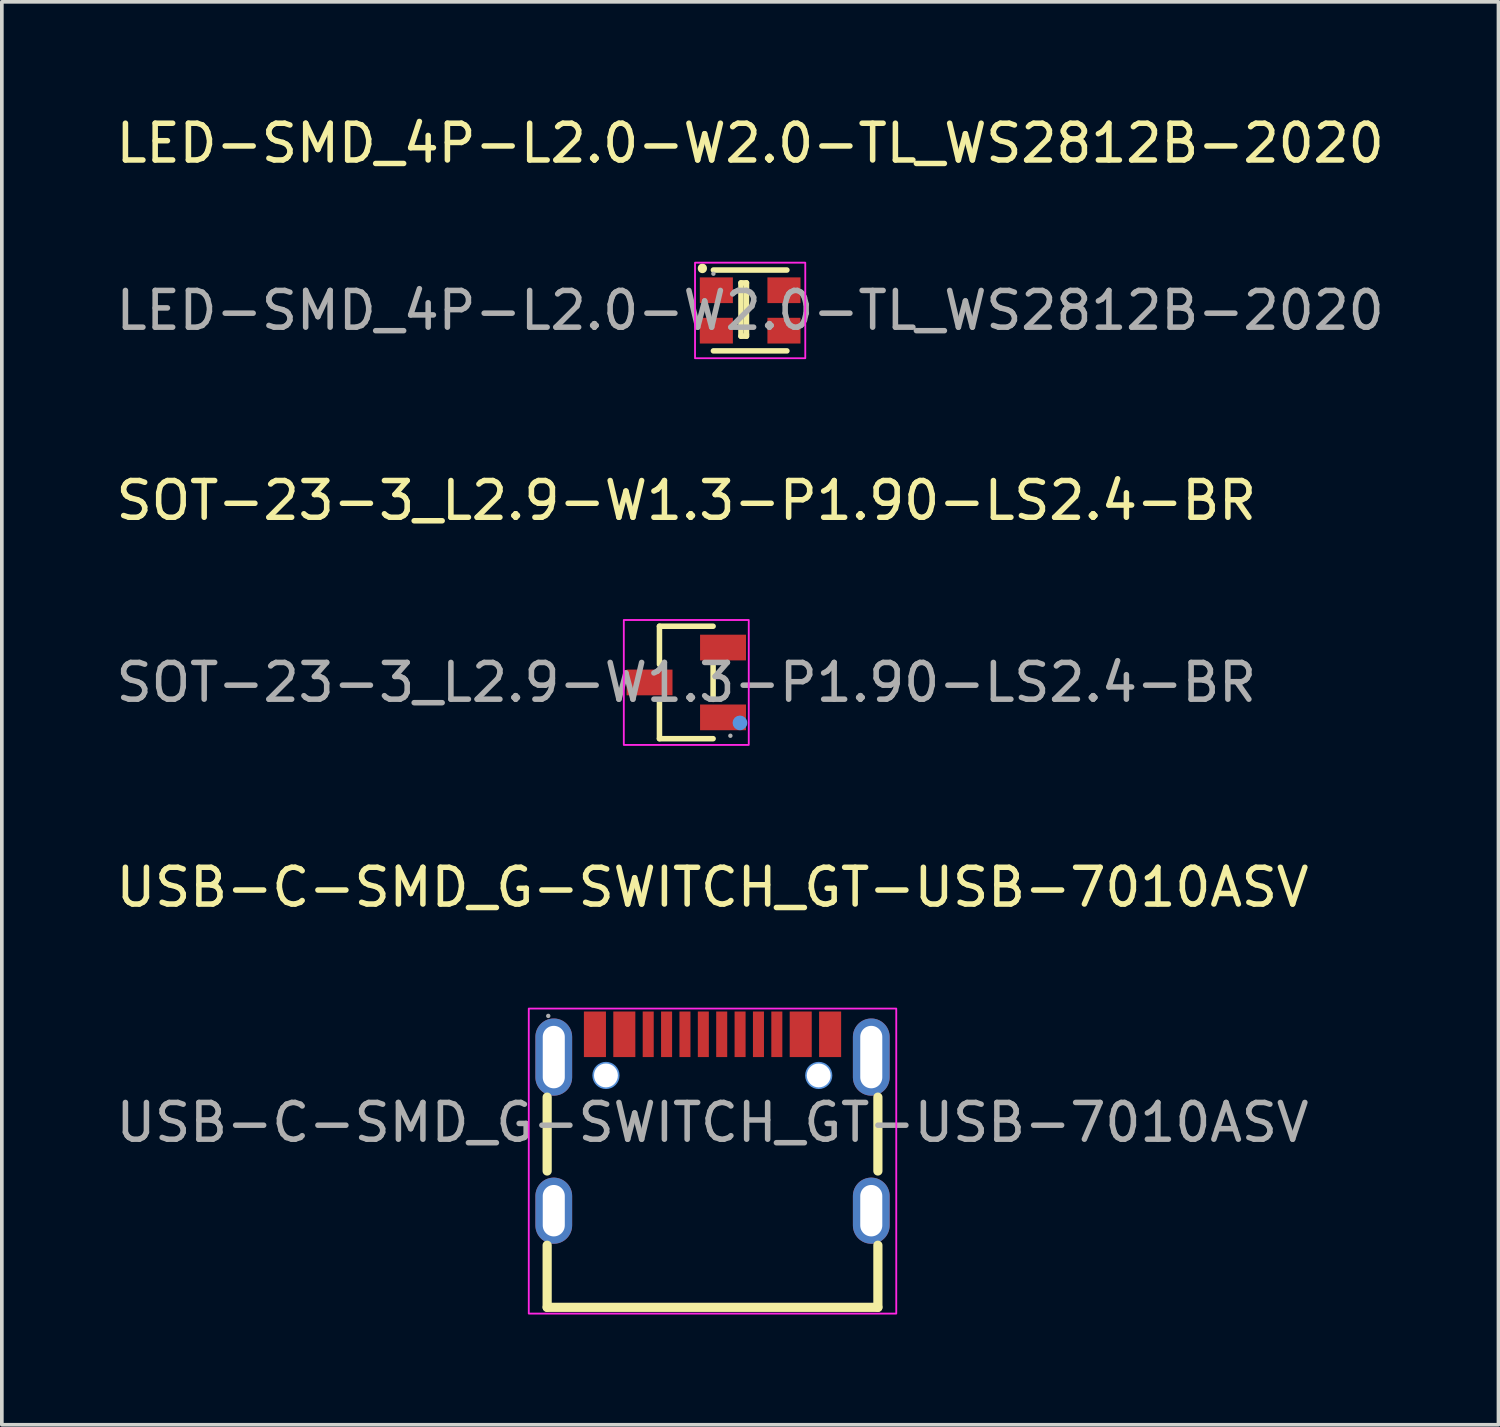
<source format=kicad_pcb>
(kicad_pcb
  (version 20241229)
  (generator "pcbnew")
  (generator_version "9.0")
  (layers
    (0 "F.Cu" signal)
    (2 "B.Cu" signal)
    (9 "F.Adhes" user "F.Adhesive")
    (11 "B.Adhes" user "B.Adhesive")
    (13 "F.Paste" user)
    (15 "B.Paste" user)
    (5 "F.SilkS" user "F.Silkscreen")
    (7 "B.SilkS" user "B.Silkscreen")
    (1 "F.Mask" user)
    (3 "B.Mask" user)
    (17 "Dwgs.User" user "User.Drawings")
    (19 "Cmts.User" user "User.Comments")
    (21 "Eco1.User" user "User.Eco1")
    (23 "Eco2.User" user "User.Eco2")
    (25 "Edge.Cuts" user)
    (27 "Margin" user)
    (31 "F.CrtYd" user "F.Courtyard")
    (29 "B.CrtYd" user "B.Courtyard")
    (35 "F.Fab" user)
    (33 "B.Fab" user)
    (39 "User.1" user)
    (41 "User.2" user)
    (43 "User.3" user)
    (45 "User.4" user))
  (footprint "LED-SMD_4P-L2.0-W2.0-TL_WS2812B-2020"
    (layer "F.Cu")
    (at 17.363 5.398)
    (property "Reference" "LED-SMD_4P-L2.0-W2.0-TL_WS2812B-2020" (at 0 -4.55 0) (layer "F.SilkS") (effects (font (size 1 1) (thickness 0.15))))
    (attr smd)
    (fp_line (start -1.3 -1.15) (end -1.3 -1.14) (stroke (width 0.25) (type solid)) (layer "F.SilkS"))
    (fp_line (start -1 1.1) (end 1 1.1) (stroke (width 0.15) (type solid)) (layer "F.SilkS"))
    (fp_line (start -0.25 -0.75) (end -0.25 0.7) (stroke (width 0.15) (type solid)) (layer "F.SilkS"))
    (fp_line (start -0.25 -0.75) (end -0.1 -0.75) (stroke (width 0.15) (type solid)) (layer "F.SilkS"))
    (fp_line (start -0.1 -0.75) (end -0.1 0.65) (stroke (width 0.15) (type solid)) (layer "F.SilkS"))
    (fp_line (start -0.1 0.65) (end -0.1 0.7) (stroke (width 0.15) (type solid)) (layer "F.SilkS"))
    (fp_line (start -0.1 0.7) (end -0.25 0.7) (stroke (width 0.15) (type solid)) (layer "F.SilkS"))
    (fp_line (start 1 -1.1) (end -1 -1.1) (stroke (width 0.15) (type solid)) (layer "F.SilkS"))
    (fp_rect (start -1.5 -1.3) (end 1.5 1.3) (stroke (width 0.05) (type default)) (fill no) (layer "F.CrtYd"))
    (fp_circle (center -1 -1) (end -0.97 -1) (stroke (width 0.06) (type solid)) (fill no) (layer "F.Fab"))
    (fp_text user "${REFERENCE}" (at 0 0 0) (layer "F.Fab") (effects (font (size 1 1) (thickness 0.15))))
    (pad "1" smd rect (at -0.92 -0.55) (size 0.9 0.7) (layers "F.Cu" "F.Mask" "F.Paste"))
    (pad "2" smd rect (at -0.92 0.55) (size 0.9 0.7) (layers "F.Cu" "F.Mask" "F.Paste"))
    (pad "3" smd rect (at 0.92 0.55) (size 0.9 0.7) (layers "F.Cu" "F.Mask" "F.Paste"))
    (pad "4" smd rect (at 0.92 -0.55) (size 0.9 0.7) (layers "F.Cu" "F.Mask" "F.Paste")))
  (footprint "SOT-23-3_L2.9-W1.3-P1.90-LS2.4-BR"
    (layer "F.Cu")
    (at 15.625 15.521)
    (property "Reference" "SOT-23-3_L2.9-W1.3-P1.90-LS2.4-BR" (at 0 -4.95 0) (layer "F.SilkS") (effects (font (size 1 1) (thickness 0.15))))
    (attr smd)
    (fp_line (start -0.73 -1.53) (end -0.73 -0.49) (stroke (width 0.15) (type solid)) (layer "F.SilkS"))
    (fp_line (start -0.73 1.53) (end -0.73 0.49) (stroke (width 0.15) (type solid)) (layer "F.SilkS"))
    (fp_line (start 0.73 -1.53) (end -0.73 -1.53) (stroke (width 0.15) (type solid)) (layer "F.SilkS"))
    (fp_line (start 0.73 -0.46) (end 0.73 0.46) (stroke (width 0.15) (type solid)) (layer "F.SilkS"))
    (fp_line (start 0.73 1.53) (end -0.73 1.53) (stroke (width 0.15) (type solid)) (layer "F.SilkS"))
    (fp_circle (center 1.46 1.1) (end 1.56 1.1) (stroke (width 0.2) (type solid)) (fill no) (layer "Cmts.User"))
    (fp_rect (start -1.7 -1.7) (end 1.7 1.7) (stroke (width 0.05) (type default)) (fill no) (layer "F.CrtYd"))
    (fp_circle (center 1.2 1.45) (end 1.23 1.45) (stroke (width 0.06) (type solid)) (fill no) (layer "F.Fab"))
    (fp_text user "${REFERENCE}" (at 0 0 0) (layer "F.Fab") (effects (font (size 1 1) (thickness 0.15))))
    (pad "1" smd rect (at 1 0.95) (size 1.25 0.7) (layers "F.Cu" "F.Mask" "F.Paste"))
    (pad "2" smd rect (at 1 -0.95) (size 1.25 0.7) (layers "F.Cu" "F.Mask" "F.Paste"))
    (pad "3" smd rect (at -1 0) (size 1.25 0.7) (layers "F.Cu" "F.Mask" "F.Paste")))
  (footprint "USB-C-SMD_G-SWITCH_GT-USB-7010ASV"
    (layer "F.Cu")
    (at 16.339 27.495)
    (property "Reference" "USB-C-SMD_G-SWITCH_GT-USB-7010ASV" (at 0 -6.4 0) (layer "F.SilkS") (effects (font (size 1 1) (thickness 0.15))))
    (attr smd)
    (fp_line (start -4.5 1.32) (end -4.5 -0.69) (stroke (width 0.25) (type solid)) (layer "F.SilkS"))
    (fp_line (start -4.5 5.03) (end -4.5 3.34) (stroke (width 0.25) (type solid)) (layer "F.SilkS"))
    (fp_line (start 4.5 1.32) (end 4.5 -0.69) (stroke (width 0.25) (type solid)) (layer "F.SilkS"))
    (fp_line (start 4.5 5.03) (end -4.5 5.03) (stroke (width 0.25) (type solid)) (layer "F.SilkS"))
    (fp_line (start 4.5 5.03) (end 4.5 3.34) (stroke (width 0.25) (type solid)) (layer "F.SilkS"))
    (fp_circle (center -2.9 -1.28) (end -2.78 -1.28) (stroke (width 0.25) (type solid)) (fill no) (layer "Cmts.User"))
    (fp_circle (center 2.89 -1.28) (end 3.01 -1.28) (stroke (width 0.25) (type solid)) (fill no) (layer "Cmts.User"))
    (fp_rect (start -5 -3.1) (end 5 5.2) (stroke (width 0.05) (type default)) (fill no) (layer "F.CrtYd"))
    (fp_circle (center -4.47 -2.9) (end -4.44 -2.9) (stroke (width 0.06) (type solid)) (fill no) (layer "F.Fab"))
    (fp_text user "${REFERENCE}" (at 0 0 0) (layer "F.Fab") (effects (font (size 1 1) (thickness 0.15))))
    (pad "" thru_hole circle (at -2.9 -1.28) (size 0.65 0.65) (drill 0.65) (layers "*.Cu" "*.Mask"))
    (pad "" thru_hole circle (at 2.89 -1.28) (size 0.65 0.65) (drill 0.65) (layers "*.Cu" "*.Mask"))
    (pad "1" thru_hole oval (at -4.32 -1.78) (size 1 2.1) (drill oval 0.6 1.7) (layers "*.Cu" "*.Mask"))
    (pad "2" thru_hole oval (at 4.32 -1.78) (size 1 2.1) (drill oval 0.6 1.7) (layers "*.Cu" "*.Mask"))
    (pad "3" thru_hole oval (at 4.32 2.4) (size 1 1.8) (drill oval 0.6 1.4) (layers "*.Cu" "*.Mask"))
    (pad "4" thru_hole oval (at -4.32 2.4) (size 1 1.8) (drill oval 0.6 1.4) (layers "*.Cu" "*.Mask"))
    (pad "A1B12" smd rect (at -3.2 -2.4) (size 0.6 1.24) (layers "F.Cu" "F.Mask" "F.Paste"))
    (pad "A4B9" smd rect (at -2.4 -2.4) (size 0.6 1.24) (layers "F.Cu" "F.Mask" "F.Paste"))
    (pad "A5" smd rect (at -1.25 -2.4) (size 0.3 1.24) (layers "F.Cu" "F.Mask" "F.Paste"))
    (pad "A6" smd rect (at -0.25 -2.4) (size 0.3 1.24) (layers "F.Cu" "F.Mask" "F.Paste"))
    (pad "A7" smd rect (at 0.25 -2.4) (size 0.3 1.24) (layers "F.Cu" "F.Mask" "F.Paste"))
    (pad "A8" smd rect (at 1.25 -2.4) (size 0.3 1.24) (layers "F.Cu" "F.Mask" "F.Paste"))
    (pad "B1A12" smd rect (at 3.2 -2.4) (size 0.6 1.24) (layers "F.Cu" "F.Mask" "F.Paste"))
    (pad "B4A9" smd rect (at 2.4 -2.4) (size 0.6 1.24) (layers "F.Cu" "F.Mask" "F.Paste"))
    (pad "B5" smd rect (at 1.75 -2.4) (size 0.3 1.24) (layers "F.Cu" "F.Mask" "F.Paste"))
    (pad "B6" smd rect (at 0.75 -2.4) (size 0.3 1.24) (layers "F.Cu" "F.Mask" "F.Paste"))
    (pad "B7" smd rect (at -0.75 -2.4) (size 0.3 1.24) (layers "F.Cu" "F.Mask" "F.Paste"))
    (pad "B8" smd rect (at -1.75 -2.4) (size 0.3 1.24) (layers "F.Cu" "F.Mask" "F.Paste")))
  (gr_rect
    (start -3 -3)
    (end 37.726 35.72)
    (stroke (width 0.1) (type default))
    (fill no)
    (layer "Edge.Cuts")))
</source>
